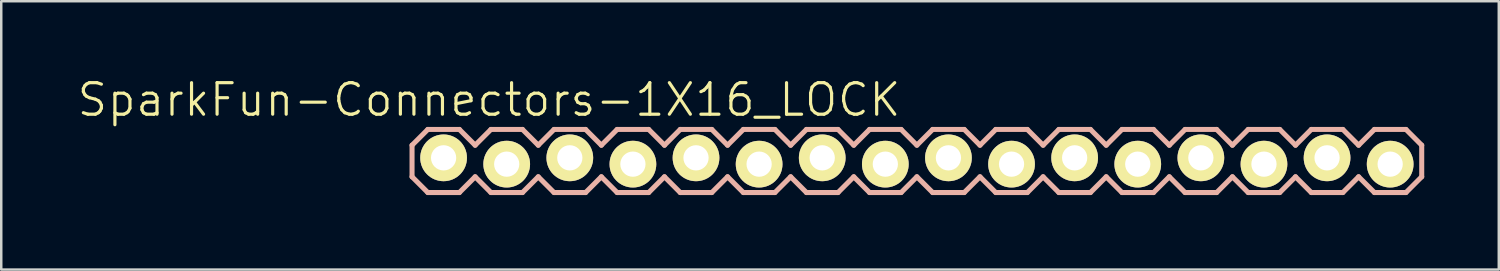
<source format=kicad_pcb>
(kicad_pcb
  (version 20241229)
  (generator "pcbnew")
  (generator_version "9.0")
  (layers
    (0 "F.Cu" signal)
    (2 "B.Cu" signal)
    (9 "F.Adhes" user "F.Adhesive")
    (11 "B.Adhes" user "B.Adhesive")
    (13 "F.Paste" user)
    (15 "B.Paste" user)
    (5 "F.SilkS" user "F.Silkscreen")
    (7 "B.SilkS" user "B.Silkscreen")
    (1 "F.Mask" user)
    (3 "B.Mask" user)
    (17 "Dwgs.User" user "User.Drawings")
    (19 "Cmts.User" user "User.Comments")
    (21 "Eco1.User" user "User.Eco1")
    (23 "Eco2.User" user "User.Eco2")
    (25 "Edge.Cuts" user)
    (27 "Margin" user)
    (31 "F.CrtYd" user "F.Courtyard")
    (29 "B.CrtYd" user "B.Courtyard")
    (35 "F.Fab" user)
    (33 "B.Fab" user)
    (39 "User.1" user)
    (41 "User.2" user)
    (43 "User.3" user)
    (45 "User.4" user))
  (footprint "SparkFun-Connectors-1X16_LOCK"
    (layer "F.Cu")
    (at 14.805 3.43)
    (property "Reference" "SparkFun-Connectors-1X16_LOCK" (at 1.829 -2.464 0) (layer "F.SilkS") (effects (font (size 1.27 1.27) (thickness 0.127))))
    (attr exclude_from_pos_files exclude_from_bom)
    (fp_line (start -0.254 -0.254) (end 0.254 -0.254) (stroke (width 0.066) (type solid)) (layer "F.SilkS"))
    (fp_line (start -0.254 0.254) (end -0.254 -0.254) (stroke (width 0.066) (type solid)) (layer "F.SilkS"))
    (fp_line (start -0.254 0.254) (end 0.254 0.254) (stroke (width 0.066) (type solid)) (layer "F.SilkS"))
    (fp_line (start 0.254 0.254) (end 0.254 -0.254) (stroke (width 0.066) (type solid)) (layer "F.SilkS"))
    (fp_line (start 2.286 -0.254) (end 2.794 -0.254) (stroke (width 0.066) (type solid)) (layer "F.SilkS"))
    (fp_line (start 2.286 0.254) (end 2.286 -0.254) (stroke (width 0.066) (type solid)) (layer "F.SilkS"))
    (fp_line (start 2.286 0.254) (end 2.794 0.254) (stroke (width 0.066) (type solid)) (layer "F.SilkS"))
    (fp_line (start 2.794 0.254) (end 2.794 -0.254) (stroke (width 0.066) (type solid)) (layer "F.SilkS"))
    (fp_line (start 4.826 -0.254) (end 5.334 -0.254) (stroke (width 0.066) (type solid)) (layer "F.SilkS"))
    (fp_line (start 4.826 0.254) (end 4.826 -0.254) (stroke (width 0.066) (type solid)) (layer "F.SilkS"))
    (fp_line (start 4.826 0.254) (end 5.334 0.254) (stroke (width 0.066) (type solid)) (layer "F.SilkS"))
    (fp_line (start 5.334 0.254) (end 5.334 -0.254) (stroke (width 0.066) (type solid)) (layer "F.SilkS"))
    (fp_line (start 7.366 -0.254) (end 7.874 -0.254) (stroke (width 0.066) (type solid)) (layer "F.SilkS"))
    (fp_line (start 7.366 0.254) (end 7.366 -0.254) (stroke (width 0.066) (type solid)) (layer "F.SilkS"))
    (fp_line (start 7.366 0.254) (end 7.874 0.254) (stroke (width 0.066) (type solid)) (layer "F.SilkS"))
    (fp_line (start 7.874 0.254) (end 7.874 -0.254) (stroke (width 0.066) (type solid)) (layer "F.SilkS"))
    (fp_line (start 9.906 -0.254) (end 10.414 -0.254) (stroke (width 0.066) (type solid)) (layer "F.SilkS"))
    (fp_line (start 9.906 0.254) (end 9.906 -0.254) (stroke (width 0.066) (type solid)) (layer "F.SilkS"))
    (fp_line (start 9.906 0.254) (end 10.414 0.254) (stroke (width 0.066) (type solid)) (layer "F.SilkS"))
    (fp_line (start 10.414 0.254) (end 10.414 -0.254) (stroke (width 0.066) (type solid)) (layer "F.SilkS"))
    (fp_line (start 12.446 -0.254) (end 12.954 -0.254) (stroke (width 0.066) (type solid)) (layer "F.SilkS"))
    (fp_line (start 12.446 0.254) (end 12.446 -0.254) (stroke (width 0.066) (type solid)) (layer "F.SilkS"))
    (fp_line (start 12.446 0.254) (end 12.954 0.254) (stroke (width 0.066) (type solid)) (layer "F.SilkS"))
    (fp_line (start 12.954 0.254) (end 12.954 -0.254) (stroke (width 0.066) (type solid)) (layer "F.SilkS"))
    (fp_line (start 14.986 -0.254) (end 15.494 -0.254) (stroke (width 0.066) (type solid)) (layer "F.SilkS"))
    (fp_line (start 14.986 0.254) (end 14.986 -0.254) (stroke (width 0.066) (type solid)) (layer "F.SilkS"))
    (fp_line (start 14.986 0.254) (end 15.494 0.254) (stroke (width 0.066) (type solid)) (layer "F.SilkS"))
    (fp_line (start 15.494 0.254) (end 15.494 -0.254) (stroke (width 0.066) (type solid)) (layer "F.SilkS"))
    (fp_line (start 17.523 -0.254) (end 18.034 -0.254) (stroke (width 0.066) (type solid)) (layer "F.SilkS"))
    (fp_line (start 17.523 0.254) (end 17.523 -0.254) (stroke (width 0.066) (type solid)) (layer "F.SilkS"))
    (fp_line (start 17.523 0.254) (end 18.034 0.254) (stroke (width 0.066) (type solid)) (layer "F.SilkS"))
    (fp_line (start 18.034 0.254) (end 18.034 -0.254) (stroke (width 0.066) (type solid)) (layer "F.SilkS"))
    (fp_line (start 20.066 -0.254) (end 20.574 -0.254) (stroke (width 0.066) (type solid)) (layer "F.SilkS"))
    (fp_line (start 20.066 0.254) (end 20.066 -0.254) (stroke (width 0.066) (type solid)) (layer "F.SilkS"))
    (fp_line (start 20.066 0.254) (end 20.574 0.254) (stroke (width 0.066) (type solid)) (layer "F.SilkS"))
    (fp_line (start 20.574 0.254) (end 20.574 -0.254) (stroke (width 0.066) (type solid)) (layer "F.SilkS"))
    (fp_line (start 22.606 -0.254) (end 23.114 -0.254) (stroke (width 0.066) (type solid)) (layer "F.SilkS"))
    (fp_line (start 22.606 0.254) (end 22.606 -0.254) (stroke (width 0.066) (type solid)) (layer "F.SilkS"))
    (fp_line (start 22.606 0.254) (end 23.114 0.254) (stroke (width 0.066) (type solid)) (layer "F.SilkS"))
    (fp_line (start 23.114 0.254) (end 23.114 -0.254) (stroke (width 0.066) (type solid)) (layer "F.SilkS"))
    (fp_line (start 25.146 -0.254) (end 25.654 -0.254) (stroke (width 0.066) (type solid)) (layer "F.SilkS"))
    (fp_line (start 25.146 0.254) (end 25.146 -0.254) (stroke (width 0.066) (type solid)) (layer "F.SilkS"))
    (fp_line (start 25.146 0.254) (end 25.654 0.254) (stroke (width 0.066) (type solid)) (layer "F.SilkS"))
    (fp_line (start 25.654 0.254) (end 25.654 -0.254) (stroke (width 0.066) (type solid)) (layer "F.SilkS"))
    (fp_line (start 27.686 -0.254) (end 28.194 -0.254) (stroke (width 0.066) (type solid)) (layer "F.SilkS"))
    (fp_line (start 27.686 0.254) (end 27.686 -0.254) (stroke (width 0.066) (type solid)) (layer "F.SilkS"))
    (fp_line (start 27.686 0.254) (end 28.194 0.254) (stroke (width 0.066) (type solid)) (layer "F.SilkS"))
    (fp_line (start 28.194 0.254) (end 28.194 -0.254) (stroke (width 0.066) (type solid)) (layer "F.SilkS"))
    (fp_line (start 30.226 -0.254) (end 30.734 -0.254) (stroke (width 0.066) (type solid)) (layer "F.SilkS"))
    (fp_line (start 30.226 0.254) (end 30.226 -0.254) (stroke (width 0.066) (type solid)) (layer "F.SilkS"))
    (fp_line (start 30.226 0.254) (end 30.734 0.254) (stroke (width 0.066) (type solid)) (layer "F.SilkS"))
    (fp_line (start 30.734 0.254) (end 30.734 -0.254) (stroke (width 0.066) (type solid)) (layer "F.SilkS"))
    (fp_line (start 32.766 -0.254) (end 33.274 -0.254) (stroke (width 0.066) (type solid)) (layer "F.SilkS"))
    (fp_line (start 32.766 0.254) (end 32.766 -0.254) (stroke (width 0.066) (type solid)) (layer "F.SilkS"))
    (fp_line (start 32.766 0.254) (end 33.274 0.254) (stroke (width 0.066) (type solid)) (layer "F.SilkS"))
    (fp_line (start 33.274 0.254) (end 33.274 -0.254) (stroke (width 0.066) (type solid)) (layer "F.SilkS"))
    (fp_line (start 35.303 -0.254) (end 35.814 -0.254) (stroke (width 0.066) (type solid)) (layer "F.SilkS"))
    (fp_line (start 35.303 0.254) (end 35.303 -0.254) (stroke (width 0.066) (type solid)) (layer "F.SilkS"))
    (fp_line (start 35.303 0.254) (end 35.814 0.254) (stroke (width 0.066) (type solid)) (layer "F.SilkS"))
    (fp_line (start 35.814 0.254) (end 35.814 -0.254) (stroke (width 0.066) (type solid)) (layer "F.SilkS"))
    (fp_line (start 37.846 -0.254) (end 38.354 -0.254) (stroke (width 0.066) (type solid)) (layer "F.SilkS"))
    (fp_line (start 37.846 0.254) (end 37.846 -0.254) (stroke (width 0.066) (type solid)) (layer "F.SilkS"))
    (fp_line (start 37.846 0.254) (end 38.354 0.254) (stroke (width 0.066) (type solid)) (layer "F.SilkS"))
    (fp_line (start 38.354 0.254) (end 38.354 -0.254) (stroke (width 0.066) (type solid)) (layer "F.SilkS"))
    (fp_line (start -1.27 -0.635) (end -1.27 0.635) (stroke (width 0.203) (type solid)) (layer "B.SilkS"))
    (fp_line (start -1.27 0.635) (end -0.635 1.27) (stroke (width 0.203) (type solid)) (layer "B.SilkS"))
    (fp_line (start -0.635 -1.27) (end -1.27 -0.635) (stroke (width 0.203) (type solid)) (layer "B.SilkS"))
    (fp_line (start -0.635 -1.27) (end 0.635 -1.27) (stroke (width 0.203) (type solid)) (layer "B.SilkS"))
    (fp_line (start 0.635 -1.27) (end 1.27 -0.635) (stroke (width 0.203) (type solid)) (layer "B.SilkS"))
    (fp_line (start 0.635 1.27) (end -0.635 1.27) (stroke (width 0.203) (type solid)) (layer "B.SilkS"))
    (fp_line (start 1.27 -0.635) (end 1.905 -1.27) (stroke (width 0.203) (type solid)) (layer "B.SilkS"))
    (fp_line (start 1.27 0.635) (end 0.635 1.27) (stroke (width 0.203) (type solid)) (layer "B.SilkS"))
    (fp_line (start 1.905 -1.27) (end 3.175 -1.27) (stroke (width 0.203) (type solid)) (layer "B.SilkS"))
    (fp_line (start 1.905 1.27) (end 1.27 0.635) (stroke (width 0.203) (type solid)) (layer "B.SilkS"))
    (fp_line (start 3.175 -1.27) (end 3.81 -0.635) (stroke (width 0.203) (type solid)) (layer "B.SilkS"))
    (fp_line (start 3.175 1.27) (end 1.905 1.27) (stroke (width 0.203) (type solid)) (layer "B.SilkS"))
    (fp_line (start 3.81 -0.635) (end 4.445 -1.27) (stroke (width 0.203) (type solid)) (layer "B.SilkS"))
    (fp_line (start 3.81 0.635) (end 3.175 1.27) (stroke (width 0.203) (type solid)) (layer "B.SilkS"))
    (fp_line (start 4.445 -1.27) (end 5.715 -1.27) (stroke (width 0.203) (type solid)) (layer "B.SilkS"))
    (fp_line (start 4.445 1.27) (end 3.81 0.635) (stroke (width 0.203) (type solid)) (layer "B.SilkS"))
    (fp_line (start 5.715 -1.27) (end 6.35 -0.635) (stroke (width 0.203) (type solid)) (layer "B.SilkS"))
    (fp_line (start 5.715 1.27) (end 4.445 1.27) (stroke (width 0.203) (type solid)) (layer "B.SilkS"))
    (fp_line (start 6.35 0.635) (end 5.715 1.27) (stroke (width 0.203) (type solid)) (layer "B.SilkS"))
    (fp_line (start 6.35 0.635) (end 6.985 1.27) (stroke (width 0.203) (type solid)) (layer "B.SilkS"))
    (fp_line (start 6.985 -1.27) (end 6.35 -0.635) (stroke (width 0.203) (type solid)) (layer "B.SilkS"))
    (fp_line (start 6.985 -1.27) (end 8.255 -1.27) (stroke (width 0.203) (type solid)) (layer "B.SilkS"))
    (fp_line (start 8.255 -1.27) (end 8.89 -0.635) (stroke (width 0.203) (type solid)) (layer "B.SilkS"))
    (fp_line (start 8.255 1.27) (end 6.985 1.27) (stroke (width 0.203) (type solid)) (layer "B.SilkS"))
    (fp_line (start 8.89 -0.635) (end 9.525 -1.27) (stroke (width 0.203) (type solid)) (layer "B.SilkS"))
    (fp_line (start 8.89 0.635) (end 8.255 1.27) (stroke (width 0.203) (type solid)) (layer "B.SilkS"))
    (fp_line (start 9.525 -1.27) (end 10.795 -1.27) (stroke (width 0.203) (type solid)) (layer "B.SilkS"))
    (fp_line (start 9.525 1.27) (end 8.89 0.635) (stroke (width 0.203) (type solid)) (layer "B.SilkS"))
    (fp_line (start 10.795 -1.27) (end 11.43 -0.635) (stroke (width 0.203) (type solid)) (layer "B.SilkS"))
    (fp_line (start 10.795 1.27) (end 9.525 1.27) (stroke (width 0.203) (type solid)) (layer "B.SilkS"))
    (fp_line (start 11.43 -0.635) (end 12.065 -1.27) (stroke (width 0.203) (type solid)) (layer "B.SilkS"))
    (fp_line (start 11.43 0.635) (end 10.795 1.27) (stroke (width 0.203) (type solid)) (layer "B.SilkS"))
    (fp_line (start 12.065 -1.27) (end 13.335 -1.27) (stroke (width 0.203) (type solid)) (layer "B.SilkS"))
    (fp_line (start 12.065 1.27) (end 11.43 0.635) (stroke (width 0.203) (type solid)) (layer "B.SilkS"))
    (fp_line (start 13.335 -1.27) (end 13.97 -0.635) (stroke (width 0.203) (type solid)) (layer "B.SilkS"))
    (fp_line (start 13.335 1.27) (end 12.065 1.27) (stroke (width 0.203) (type solid)) (layer "B.SilkS"))
    (fp_line (start 13.97 0.635) (end 13.335 1.27) (stroke (width 0.203) (type solid)) (layer "B.SilkS"))
    (fp_line (start 13.97 0.635) (end 14.605 1.27) (stroke (width 0.203) (type solid)) (layer "B.SilkS"))
    (fp_line (start 14.605 -1.27) (end 13.97 -0.635) (stroke (width 0.203) (type solid)) (layer "B.SilkS"))
    (fp_line (start 14.605 -1.27) (end 15.875 -1.27) (stroke (width 0.203) (type solid)) (layer "B.SilkS"))
    (fp_line (start 15.875 -1.27) (end 16.51 -0.635) (stroke (width 0.203) (type solid)) (layer "B.SilkS"))
    (fp_line (start 15.875 1.27) (end 14.605 1.27) (stroke (width 0.203) (type solid)) (layer "B.SilkS"))
    (fp_line (start 16.51 0.635) (end 15.875 1.27) (stroke (width 0.203) (type solid)) (layer "B.SilkS"))
    (fp_line (start 16.51 0.635) (end 17.145 1.27) (stroke (width 0.203) (type solid)) (layer "B.SilkS"))
    (fp_line (start 17.145 -1.27) (end 16.51 -0.635) (stroke (width 0.203) (type solid)) (layer "B.SilkS"))
    (fp_line (start 17.145 -1.27) (end 18.415 -1.27) (stroke (width 0.203) (type solid)) (layer "B.SilkS"))
    (fp_line (start 18.415 -1.27) (end 19.05 -0.635) (stroke (width 0.203) (type solid)) (layer "B.SilkS"))
    (fp_line (start 18.415 1.27) (end 17.145 1.27) (stroke (width 0.203) (type solid)) (layer "B.SilkS"))
    (fp_line (start 19.05 -0.635) (end 19.685 -1.27) (stroke (width 0.203) (type solid)) (layer "B.SilkS"))
    (fp_line (start 19.05 0.635) (end 18.415 1.27) (stroke (width 0.203) (type solid)) (layer "B.SilkS"))
    (fp_line (start 19.685 -1.27) (end 20.955 -1.27) (stroke (width 0.203) (type solid)) (layer "B.SilkS"))
    (fp_line (start 19.685 1.27) (end 19.05 0.635) (stroke (width 0.203) (type solid)) (layer "B.SilkS"))
    (fp_line (start 20.955 -1.27) (end 21.59 -0.635) (stroke (width 0.203) (type solid)) (layer "B.SilkS"))
    (fp_line (start 20.955 1.27) (end 19.685 1.27) (stroke (width 0.203) (type solid)) (layer "B.SilkS"))
    (fp_line (start 21.59 -0.635) (end 22.225 -1.27) (stroke (width 0.203) (type solid)) (layer "B.SilkS"))
    (fp_line (start 21.59 0.635) (end 20.955 1.27) (stroke (width 0.203) (type solid)) (layer "B.SilkS"))
    (fp_line (start 22.225 -1.27) (end 23.495 -1.27) (stroke (width 0.203) (type solid)) (layer "B.SilkS"))
    (fp_line (start 22.225 1.27) (end 21.59 0.635) (stroke (width 0.203) (type solid)) (layer "B.SilkS"))
    (fp_line (start 23.495 -1.27) (end 24.13 -0.635) (stroke (width 0.203) (type solid)) (layer "B.SilkS"))
    (fp_line (start 23.495 1.27) (end 22.225 1.27) (stroke (width 0.203) (type solid)) (layer "B.SilkS"))
    (fp_line (start 24.13 0.635) (end 23.495 1.27) (stroke (width 0.203) (type solid)) (layer "B.SilkS"))
    (fp_line (start 24.13 0.635) (end 24.765 1.27) (stroke (width 0.203) (type solid)) (layer "B.SilkS"))
    (fp_line (start 24.765 -1.27) (end 24.13 -0.635) (stroke (width 0.203) (type solid)) (layer "B.SilkS"))
    (fp_line (start 24.765 -1.27) (end 26.035 -1.27) (stroke (width 0.203) (type solid)) (layer "B.SilkS"))
    (fp_line (start 26.035 -1.27) (end 26.67 -0.635) (stroke (width 0.203) (type solid)) (layer "B.SilkS"))
    (fp_line (start 26.035 1.27) (end 24.765 1.27) (stroke (width 0.203) (type solid)) (layer "B.SilkS"))
    (fp_line (start 26.67 -0.635) (end 27.305 -1.27) (stroke (width 0.203) (type solid)) (layer "B.SilkS"))
    (fp_line (start 26.67 0.635) (end 26.035 1.27) (stroke (width 0.203) (type solid)) (layer "B.SilkS"))
    (fp_line (start 27.305 -1.27) (end 28.575 -1.27) (stroke (width 0.203) (type solid)) (layer "B.SilkS"))
    (fp_line (start 27.305 1.27) (end 26.67 0.635) (stroke (width 0.203) (type solid)) (layer "B.SilkS"))
    (fp_line (start 28.575 -1.27) (end 29.21 -0.635) (stroke (width 0.203) (type solid)) (layer "B.SilkS"))
    (fp_line (start 28.575 1.27) (end 27.305 1.27) (stroke (width 0.203) (type solid)) (layer "B.SilkS"))
    (fp_line (start 29.21 -0.635) (end 29.845 -1.27) (stroke (width 0.203) (type solid)) (layer "B.SilkS"))
    (fp_line (start 29.21 0.635) (end 28.575 1.27) (stroke (width 0.203) (type solid)) (layer "B.SilkS"))
    (fp_line (start 29.845 -1.27) (end 31.115 -1.27) (stroke (width 0.203) (type solid)) (layer "B.SilkS"))
    (fp_line (start 29.845 1.27) (end 29.21 0.635) (stroke (width 0.203) (type solid)) (layer "B.SilkS"))
    (fp_line (start 31.115 -1.27) (end 31.75 -0.635) (stroke (width 0.203) (type solid)) (layer "B.SilkS"))
    (fp_line (start 31.115 1.27) (end 29.845 1.27) (stroke (width 0.203) (type solid)) (layer "B.SilkS"))
    (fp_line (start 31.75 0.635) (end 31.115 1.27) (stroke (width 0.203) (type solid)) (layer "B.SilkS"))
    (fp_line (start 31.75 0.635) (end 32.385 1.27) (stroke (width 0.203) (type solid)) (layer "B.SilkS"))
    (fp_line (start 32.385 -1.27) (end 31.75 -0.635) (stroke (width 0.203) (type solid)) (layer "B.SilkS"))
    (fp_line (start 32.385 -1.27) (end 33.655 -1.27) (stroke (width 0.203) (type solid)) (layer "B.SilkS"))
    (fp_line (start 33.655 -1.27) (end 34.29 -0.635) (stroke (width 0.203) (type solid)) (layer "B.SilkS"))
    (fp_line (start 33.655 1.27) (end 32.385 1.27) (stroke (width 0.203) (type solid)) (layer "B.SilkS"))
    (fp_line (start 34.29 0.635) (end 33.655 1.27) (stroke (width 0.203) (type solid)) (layer "B.SilkS"))
    (fp_line (start 34.29 0.635) (end 34.925 1.27) (stroke (width 0.203) (type solid)) (layer "B.SilkS"))
    (fp_line (start 34.925 -1.27) (end 34.29 -0.635) (stroke (width 0.203) (type solid)) (layer "B.SilkS"))
    (fp_line (start 34.925 -1.27) (end 36.195 -1.27) (stroke (width 0.203) (type solid)) (layer "B.SilkS"))
    (fp_line (start 36.195 -1.27) (end 36.83 -0.635) (stroke (width 0.203) (type solid)) (layer "B.SilkS"))
    (fp_line (start 36.195 1.27) (end 34.925 1.27) (stroke (width 0.203) (type solid)) (layer "B.SilkS"))
    (fp_line (start 36.83 0.635) (end 36.195 1.27) (stroke (width 0.203) (type solid)) (layer "B.SilkS"))
    (fp_line (start 36.83 0.635) (end 37.465 1.27) (stroke (width 0.203) (type solid)) (layer "B.SilkS"))
    (fp_line (start 37.465 -1.27) (end 36.83 -0.635) (stroke (width 0.203) (type solid)) (layer "B.SilkS"))
    (fp_line (start 37.465 -1.27) (end 38.735 -1.27) (stroke (width 0.203) (type solid)) (layer "B.SilkS"))
    (fp_line (start 38.735 -1.27) (end 39.37 -0.635) (stroke (width 0.203) (type solid)) (layer "B.SilkS"))
    (fp_line (start 38.735 1.27) (end 37.465 1.27) (stroke (width 0.203) (type solid)) (layer "B.SilkS"))
    (fp_line (start 39.37 -0.635) (end 39.37 0.635) (stroke (width 0.203) (type solid)) (layer "B.SilkS"))
    (fp_line (start 39.37 0.635) (end 38.735 1.27) (stroke (width 0.203) (type solid)) (layer "B.SilkS"))
    (pad "1" thru_hole circle (at 0 -0.127) (size 1.88 1.88) (drill 1.016) (layers "*.Cu" "F.Mask" "F.SilkS" "F.Paste"))
    (pad "2" thru_hole circle (at 2.54 0.127) (size 1.88 1.88) (drill 1.016) (layers "*.Cu" "F.Mask" "F.SilkS" "F.Paste"))
    (pad "3" thru_hole circle (at 5.08 -0.127) (size 1.88 1.88) (drill 1.016) (layers "*.Cu" "F.Mask" "F.SilkS" "F.Paste"))
    (pad "4" thru_hole circle (at 7.62 0.127) (size 1.88 1.88) (drill 1.016) (layers "*.Cu" "F.Mask" "F.SilkS" "F.Paste"))
    (pad "5" thru_hole circle (at 10.16 -0.127) (size 1.88 1.88) (drill 1.016) (layers "*.Cu" "F.Mask" "F.SilkS" "F.Paste"))
    (pad "6" thru_hole circle (at 12.7 0.127) (size 1.88 1.88) (drill 1.016) (layers "*.Cu" "F.Mask" "F.SilkS" "F.Paste"))
    (pad "7" thru_hole circle (at 15.24 -0.127) (size 1.88 1.88) (drill 1.016) (layers "*.Cu" "F.Mask" "F.SilkS" "F.Paste"))
    (pad "8" thru_hole circle (at 17.78 0.127) (size 1.88 1.88) (drill 1.016) (layers "*.Cu" "F.Mask" "F.SilkS" "F.Paste"))
    (pad "9" thru_hole circle (at 20.32 -0.127) (size 1.88 1.88) (drill 1.016) (layers "*.Cu" "F.Mask" "F.SilkS" "F.Paste"))
    (pad "10" thru_hole circle (at 22.86 0.127) (size 1.88 1.88) (drill 1.016) (layers "*.Cu" "F.Mask" "F.SilkS" "F.Paste"))
    (pad "11" thru_hole circle (at 25.4 -0.127) (size 1.88 1.88) (drill 1.016) (layers "*.Cu" "F.Mask" "F.SilkS" "F.Paste"))
    (pad "12" thru_hole circle (at 27.94 0.127) (size 1.88 1.88) (drill 1.016) (layers "*.Cu" "F.Mask" "F.SilkS" "F.Paste"))
    (pad "13" thru_hole circle (at 30.48 -0.127) (size 1.88 1.88) (drill 1.016) (layers "*.Cu" "F.Mask" "F.SilkS" "F.Paste"))
    (pad "14" thru_hole circle (at 33.02 0.127) (size 1.88 1.88) (drill 1.016) (layers "*.Cu" "F.Mask" "F.SilkS" "F.Paste"))
    (pad "15" thru_hole circle (at 35.56 -0.127) (size 1.88 1.88) (drill 1.016) (layers "*.Cu" "F.Mask" "F.SilkS" "F.Paste"))
    (pad "16" thru_hole circle (at 38.1 0.127) (size 1.88 1.88) (drill 1.016) (layers "*.Cu" "F.Mask" "F.SilkS" "F.Paste")))
  (gr_rect
    (start -3 -3)
    (end 57.277 7.801)
    (stroke (width 0.1) (type default))
    (fill no)
    (layer "Edge.Cuts")))
</source>
